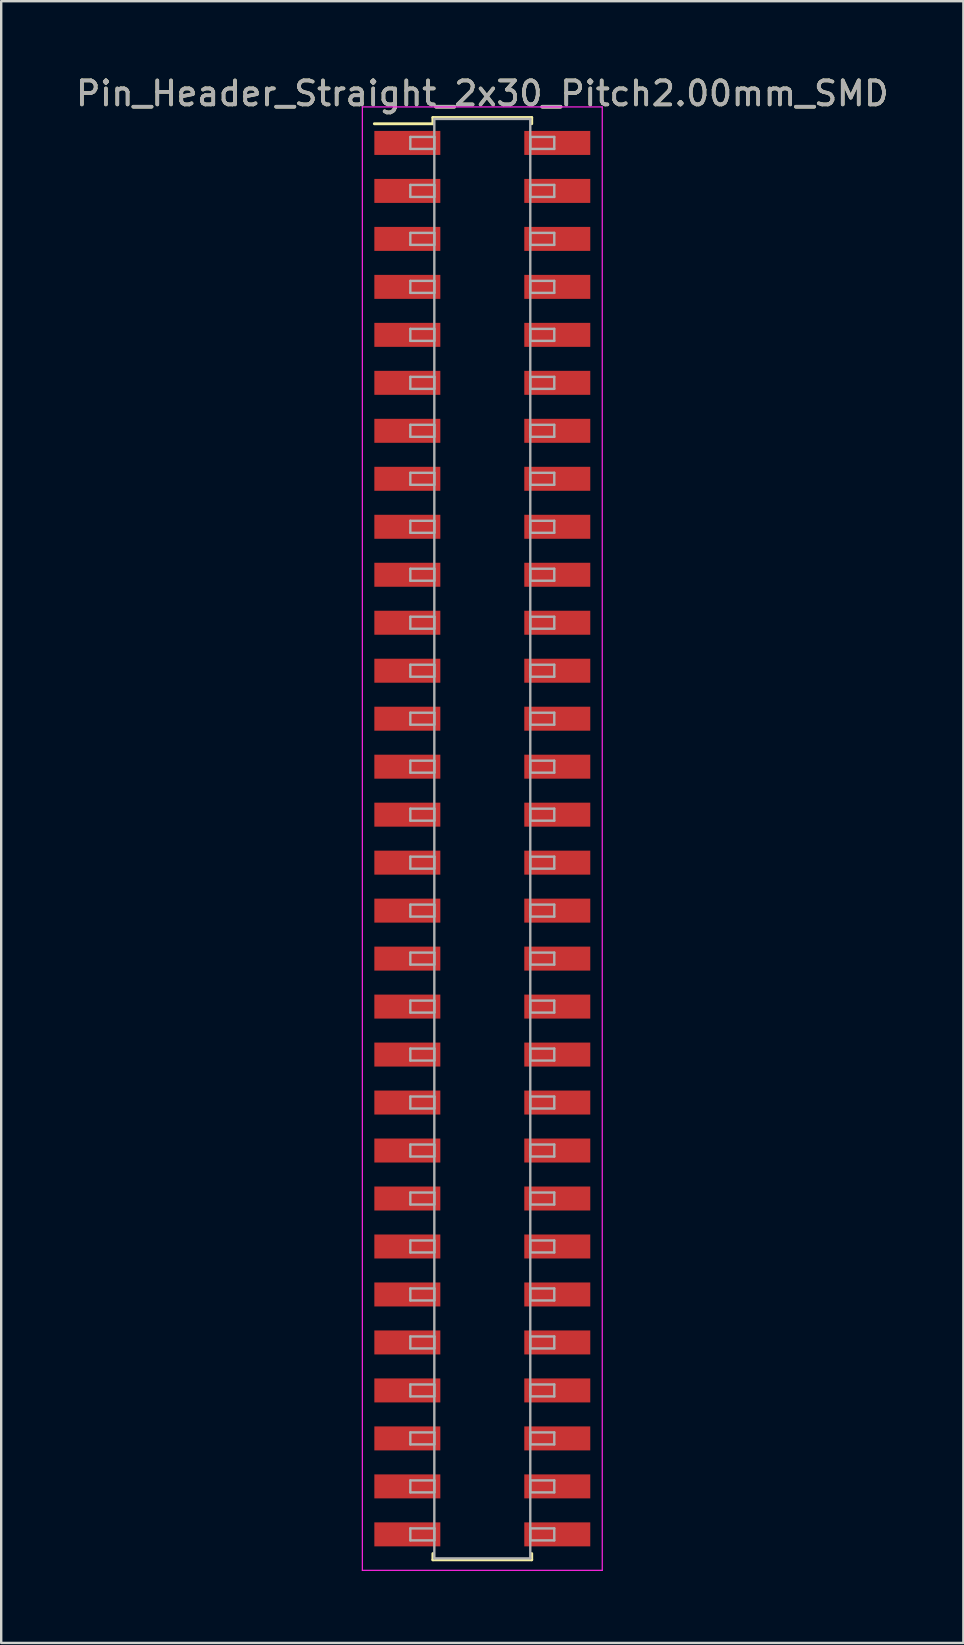
<source format=kicad_pcb>
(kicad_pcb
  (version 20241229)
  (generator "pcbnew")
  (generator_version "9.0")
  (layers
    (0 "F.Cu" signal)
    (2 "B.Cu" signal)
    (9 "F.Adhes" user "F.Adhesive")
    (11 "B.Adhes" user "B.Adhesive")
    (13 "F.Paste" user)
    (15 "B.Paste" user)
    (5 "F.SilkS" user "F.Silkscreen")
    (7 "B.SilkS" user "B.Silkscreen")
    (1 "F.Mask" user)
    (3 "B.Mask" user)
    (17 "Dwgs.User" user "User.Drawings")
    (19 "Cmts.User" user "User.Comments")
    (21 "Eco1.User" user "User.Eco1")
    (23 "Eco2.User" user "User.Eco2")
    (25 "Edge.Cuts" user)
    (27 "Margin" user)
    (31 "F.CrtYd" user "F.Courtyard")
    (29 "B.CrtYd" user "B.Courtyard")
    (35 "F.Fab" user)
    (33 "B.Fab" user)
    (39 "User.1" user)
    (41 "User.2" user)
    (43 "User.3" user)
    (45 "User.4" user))
  (footprint "Pin_Header_Straight_2x30_Pitch2.00mm_SMD"
    (layer "F.Cu")
    (at 17.054 31.908)
    (property "Reference" "Pin_Header_Straight_2x30_Pitch2.00mm_SMD" (at 0 -31.06 0) (layer "F.SilkS") (effects (font (size 1 1) (thickness 0.15))))
    (attr smd)
    (fp_line (start -4.5 -29.8) (end -2.06 -29.8) (stroke (width 0.12) (type solid)) (layer "F.SilkS"))
    (fp_line (start -2.06 -30.06) (end 2.06 -30.06) (stroke (width 0.12) (type solid)) (layer "F.SilkS"))
    (fp_line (start -2.06 -29.8) (end -2.06 -30.06) (stroke (width 0.12) (type solid)) (layer "F.SilkS"))
    (fp_line (start -2.06 29.8) (end -2.06 30.06) (stroke (width 0.12) (type solid)) (layer "F.SilkS"))
    (fp_line (start -2.06 30.06) (end 2.06 30.06) (stroke (width 0.12) (type solid)) (layer "F.SilkS"))
    (fp_line (start 2.06 -30.06) (end 2.06 -29.8) (stroke (width 0.12) (type solid)) (layer "F.SilkS"))
    (fp_line (start 2.06 30.06) (end 2.06 29.8) (stroke (width 0.12) (type solid)) (layer "F.SilkS"))
    (fp_line (start -5 -30.5) (end -5 30.5) (stroke (width 0.05) (type solid)) (layer "F.CrtYd"))
    (fp_line (start -5 30.5) (end 5 30.5) (stroke (width 0.05) (type solid)) (layer "F.CrtYd"))
    (fp_line (start 5 -30.5) (end -5 -30.5) (stroke (width 0.05) (type solid)) (layer "F.CrtYd"))
    (fp_line (start 5 30.5) (end 5 -30.5) (stroke (width 0.05) (type solid)) (layer "F.CrtYd"))
    (fp_line (start -3 -29.25) (end -2 -29.25) (stroke (width 0.1) (type solid)) (layer "F.Fab"))
    (fp_line (start -3 -28.75) (end -3 -29.25) (stroke (width 0.1) (type solid)) (layer "F.Fab"))
    (fp_line (start -3 -27.25) (end -2 -27.25) (stroke (width 0.1) (type solid)) (layer "F.Fab"))
    (fp_line (start -3 -26.75) (end -3 -27.25) (stroke (width 0.1) (type solid)) (layer "F.Fab"))
    (fp_line (start -3 -25.25) (end -2 -25.25) (stroke (width 0.1) (type solid)) (layer "F.Fab"))
    (fp_line (start -3 -24.75) (end -3 -25.25) (stroke (width 0.1) (type solid)) (layer "F.Fab"))
    (fp_line (start -3 -23.25) (end -2 -23.25) (stroke (width 0.1) (type solid)) (layer "F.Fab"))
    (fp_line (start -3 -22.75) (end -3 -23.25) (stroke (width 0.1) (type solid)) (layer "F.Fab"))
    (fp_line (start -3 -21.25) (end -2 -21.25) (stroke (width 0.1) (type solid)) (layer "F.Fab"))
    (fp_line (start -3 -20.75) (end -3 -21.25) (stroke (width 0.1) (type solid)) (layer "F.Fab"))
    (fp_line (start -3 -19.25) (end -2 -19.25) (stroke (width 0.1) (type solid)) (layer "F.Fab"))
    (fp_line (start -3 -18.75) (end -3 -19.25) (stroke (width 0.1) (type solid)) (layer "F.Fab"))
    (fp_line (start -3 -17.25) (end -2 -17.25) (stroke (width 0.1) (type solid)) (layer "F.Fab"))
    (fp_line (start -3 -16.75) (end -3 -17.25) (stroke (width 0.1) (type solid)) (layer "F.Fab"))
    (fp_line (start -3 -15.25) (end -2 -15.25) (stroke (width 0.1) (type solid)) (layer "F.Fab"))
    (fp_line (start -3 -14.75) (end -3 -15.25) (stroke (width 0.1) (type solid)) (layer "F.Fab"))
    (fp_line (start -3 -13.25) (end -2 -13.25) (stroke (width 0.1) (type solid)) (layer "F.Fab"))
    (fp_line (start -3 -12.75) (end -3 -13.25) (stroke (width 0.1) (type solid)) (layer "F.Fab"))
    (fp_line (start -3 -11.25) (end -2 -11.25) (stroke (width 0.1) (type solid)) (layer "F.Fab"))
    (fp_line (start -3 -10.75) (end -3 -11.25) (stroke (width 0.1) (type solid)) (layer "F.Fab"))
    (fp_line (start -3 -9.25) (end -2 -9.25) (stroke (width 0.1) (type solid)) (layer "F.Fab"))
    (fp_line (start -3 -8.75) (end -3 -9.25) (stroke (width 0.1) (type solid)) (layer "F.Fab"))
    (fp_line (start -3 -7.25) (end -2 -7.25) (stroke (width 0.1) (type solid)) (layer "F.Fab"))
    (fp_line (start -3 -6.75) (end -3 -7.25) (stroke (width 0.1) (type solid)) (layer "F.Fab"))
    (fp_line (start -3 -5.25) (end -2 -5.25) (stroke (width 0.1) (type solid)) (layer "F.Fab"))
    (fp_line (start -3 -4.75) (end -3 -5.25) (stroke (width 0.1) (type solid)) (layer "F.Fab"))
    (fp_line (start -3 -3.25) (end -2 -3.25) (stroke (width 0.1) (type solid)) (layer "F.Fab"))
    (fp_line (start -3 -2.75) (end -3 -3.25) (stroke (width 0.1) (type solid)) (layer "F.Fab"))
    (fp_line (start -3 -1.25) (end -2 -1.25) (stroke (width 0.1) (type solid)) (layer "F.Fab"))
    (fp_line (start -3 -0.75) (end -3 -1.25) (stroke (width 0.1) (type solid)) (layer "F.Fab"))
    (fp_line (start -3 0.75) (end -2 0.75) (stroke (width 0.1) (type solid)) (layer "F.Fab"))
    (fp_line (start -3 1.25) (end -3 0.75) (stroke (width 0.1) (type solid)) (layer "F.Fab"))
    (fp_line (start -3 2.75) (end -2 2.75) (stroke (width 0.1) (type solid)) (layer "F.Fab"))
    (fp_line (start -3 3.25) (end -3 2.75) (stroke (width 0.1) (type solid)) (layer "F.Fab"))
    (fp_line (start -3 4.75) (end -2 4.75) (stroke (width 0.1) (type solid)) (layer "F.Fab"))
    (fp_line (start -3 5.25) (end -3 4.75) (stroke (width 0.1) (type solid)) (layer "F.Fab"))
    (fp_line (start -3 6.75) (end -2 6.75) (stroke (width 0.1) (type solid)) (layer "F.Fab"))
    (fp_line (start -3 7.25) (end -3 6.75) (stroke (width 0.1) (type solid)) (layer "F.Fab"))
    (fp_line (start -3 8.75) (end -2 8.75) (stroke (width 0.1) (type solid)) (layer "F.Fab"))
    (fp_line (start -3 9.25) (end -3 8.75) (stroke (width 0.1) (type solid)) (layer "F.Fab"))
    (fp_line (start -3 10.75) (end -2 10.75) (stroke (width 0.1) (type solid)) (layer "F.Fab"))
    (fp_line (start -3 11.25) (end -3 10.75) (stroke (width 0.1) (type solid)) (layer "F.Fab"))
    (fp_line (start -3 12.75) (end -2 12.75) (stroke (width 0.1) (type solid)) (layer "F.Fab"))
    (fp_line (start -3 13.25) (end -3 12.75) (stroke (width 0.1) (type solid)) (layer "F.Fab"))
    (fp_line (start -3 14.75) (end -2 14.75) (stroke (width 0.1) (type solid)) (layer "F.Fab"))
    (fp_line (start -3 15.25) (end -3 14.75) (stroke (width 0.1) (type solid)) (layer "F.Fab"))
    (fp_line (start -3 16.75) (end -2 16.75) (stroke (width 0.1) (type solid)) (layer "F.Fab"))
    (fp_line (start -3 17.25) (end -3 16.75) (stroke (width 0.1) (type solid)) (layer "F.Fab"))
    (fp_line (start -3 18.75) (end -2 18.75) (stroke (width 0.1) (type solid)) (layer "F.Fab"))
    (fp_line (start -3 19.25) (end -3 18.75) (stroke (width 0.1) (type solid)) (layer "F.Fab"))
    (fp_line (start -3 20.75) (end -2 20.75) (stroke (width 0.1) (type solid)) (layer "F.Fab"))
    (fp_line (start -3 21.25) (end -3 20.75) (stroke (width 0.1) (type solid)) (layer "F.Fab"))
    (fp_line (start -3 22.75) (end -2 22.75) (stroke (width 0.1) (type solid)) (layer "F.Fab"))
    (fp_line (start -3 23.25) (end -3 22.75) (stroke (width 0.1) (type solid)) (layer "F.Fab"))
    (fp_line (start -3 24.75) (end -2 24.75) (stroke (width 0.1) (type solid)) (layer "F.Fab"))
    (fp_line (start -3 25.25) (end -3 24.75) (stroke (width 0.1) (type solid)) (layer "F.Fab"))
    (fp_line (start -3 26.75) (end -2 26.75) (stroke (width 0.1) (type solid)) (layer "F.Fab"))
    (fp_line (start -3 27.25) (end -3 26.75) (stroke (width 0.1) (type solid)) (layer "F.Fab"))
    (fp_line (start -3 28.75) (end -2 28.75) (stroke (width 0.1) (type solid)) (layer "F.Fab"))
    (fp_line (start -3 29.25) (end -3 28.75) (stroke (width 0.1) (type solid)) (layer "F.Fab"))
    (fp_line (start -2 -30) (end -2 30) (stroke (width 0.1) (type solid)) (layer "F.Fab"))
    (fp_line (start -2 -29.25) (end -2 -28.75) (stroke (width 0.1) (type solid)) (layer "F.Fab"))
    (fp_line (start -2 -28.75) (end -3 -28.75) (stroke (width 0.1) (type solid)) (layer "F.Fab"))
    (fp_line (start -2 -27.25) (end -2 -26.75) (stroke (width 0.1) (type solid)) (layer "F.Fab"))
    (fp_line (start -2 -26.75) (end -3 -26.75) (stroke (width 0.1) (type solid)) (layer "F.Fab"))
    (fp_line (start -2 -25.25) (end -2 -24.75) (stroke (width 0.1) (type solid)) (layer "F.Fab"))
    (fp_line (start -2 -24.75) (end -3 -24.75) (stroke (width 0.1) (type solid)) (layer "F.Fab"))
    (fp_line (start -2 -23.25) (end -2 -22.75) (stroke (width 0.1) (type solid)) (layer "F.Fab"))
    (fp_line (start -2 -22.75) (end -3 -22.75) (stroke (width 0.1) (type solid)) (layer "F.Fab"))
    (fp_line (start -2 -21.25) (end -2 -20.75) (stroke (width 0.1) (type solid)) (layer "F.Fab"))
    (fp_line (start -2 -20.75) (end -3 -20.75) (stroke (width 0.1) (type solid)) (layer "F.Fab"))
    (fp_line (start -2 -19.25) (end -2 -18.75) (stroke (width 0.1) (type solid)) (layer "F.Fab"))
    (fp_line (start -2 -18.75) (end -3 -18.75) (stroke (width 0.1) (type solid)) (layer "F.Fab"))
    (fp_line (start -2 -17.25) (end -2 -16.75) (stroke (width 0.1) (type solid)) (layer "F.Fab"))
    (fp_line (start -2 -16.75) (end -3 -16.75) (stroke (width 0.1) (type solid)) (layer "F.Fab"))
    (fp_line (start -2 -15.25) (end -2 -14.75) (stroke (width 0.1) (type solid)) (layer "F.Fab"))
    (fp_line (start -2 -14.75) (end -3 -14.75) (stroke (width 0.1) (type solid)) (layer "F.Fab"))
    (fp_line (start -2 -13.25) (end -2 -12.75) (stroke (width 0.1) (type solid)) (layer "F.Fab"))
    (fp_line (start -2 -12.75) (end -3 -12.75) (stroke (width 0.1) (type solid)) (layer "F.Fab"))
    (fp_line (start -2 -11.25) (end -2 -10.75) (stroke (width 0.1) (type solid)) (layer "F.Fab"))
    (fp_line (start -2 -10.75) (end -3 -10.75) (stroke (width 0.1) (type solid)) (layer "F.Fab"))
    (fp_line (start -2 -9.25) (end -2 -8.75) (stroke (width 0.1) (type solid)) (layer "F.Fab"))
    (fp_line (start -2 -8.75) (end -3 -8.75) (stroke (width 0.1) (type solid)) (layer "F.Fab"))
    (fp_line (start -2 -7.25) (end -2 -6.75) (stroke (width 0.1) (type solid)) (layer "F.Fab"))
    (fp_line (start -2 -6.75) (end -3 -6.75) (stroke (width 0.1) (type solid)) (layer "F.Fab"))
    (fp_line (start -2 -5.25) (end -2 -4.75) (stroke (width 0.1) (type solid)) (layer "F.Fab"))
    (fp_line (start -2 -4.75) (end -3 -4.75) (stroke (width 0.1) (type solid)) (layer "F.Fab"))
    (fp_line (start -2 -3.25) (end -2 -2.75) (stroke (width 0.1) (type solid)) (layer "F.Fab"))
    (fp_line (start -2 -2.75) (end -3 -2.75) (stroke (width 0.1) (type solid)) (layer "F.Fab"))
    (fp_line (start -2 -1.25) (end -2 -0.75) (stroke (width 0.1) (type solid)) (layer "F.Fab"))
    (fp_line (start -2 -0.75) (end -3 -0.75) (stroke (width 0.1) (type solid)) (layer "F.Fab"))
    (fp_line (start -2 0.75) (end -2 1.25) (stroke (width 0.1) (type solid)) (layer "F.Fab"))
    (fp_line (start -2 1.25) (end -3 1.25) (stroke (width 0.1) (type solid)) (layer "F.Fab"))
    (fp_line (start -2 2.75) (end -2 3.25) (stroke (width 0.1) (type solid)) (layer "F.Fab"))
    (fp_line (start -2 3.25) (end -3 3.25) (stroke (width 0.1) (type solid)) (layer "F.Fab"))
    (fp_line (start -2 4.75) (end -2 5.25) (stroke (width 0.1) (type solid)) (layer "F.Fab"))
    (fp_line (start -2 5.25) (end -3 5.25) (stroke (width 0.1) (type solid)) (layer "F.Fab"))
    (fp_line (start -2 6.75) (end -2 7.25) (stroke (width 0.1) (type solid)) (layer "F.Fab"))
    (fp_line (start -2 7.25) (end -3 7.25) (stroke (width 0.1) (type solid)) (layer "F.Fab"))
    (fp_line (start -2 8.75) (end -2 9.25) (stroke (width 0.1) (type solid)) (layer "F.Fab"))
    (fp_line (start -2 9.25) (end -3 9.25) (stroke (width 0.1) (type solid)) (layer "F.Fab"))
    (fp_line (start -2 10.75) (end -2 11.25) (stroke (width 0.1) (type solid)) (layer "F.Fab"))
    (fp_line (start -2 11.25) (end -3 11.25) (stroke (width 0.1) (type solid)) (layer "F.Fab"))
    (fp_line (start -2 12.75) (end -2 13.25) (stroke (width 0.1) (type solid)) (layer "F.Fab"))
    (fp_line (start -2 13.25) (end -3 13.25) (stroke (width 0.1) (type solid)) (layer "F.Fab"))
    (fp_line (start -2 14.75) (end -2 15.25) (stroke (width 0.1) (type solid)) (layer "F.Fab"))
    (fp_line (start -2 15.25) (end -3 15.25) (stroke (width 0.1) (type solid)) (layer "F.Fab"))
    (fp_line (start -2 16.75) (end -2 17.25) (stroke (width 0.1) (type solid)) (layer "F.Fab"))
    (fp_line (start -2 17.25) (end -3 17.25) (stroke (width 0.1) (type solid)) (layer "F.Fab"))
    (fp_line (start -2 18.75) (end -2 19.25) (stroke (width 0.1) (type solid)) (layer "F.Fab"))
    (fp_line (start -2 19.25) (end -3 19.25) (stroke (width 0.1) (type solid)) (layer "F.Fab"))
    (fp_line (start -2 20.75) (end -2 21.25) (stroke (width 0.1) (type solid)) (layer "F.Fab"))
    (fp_line (start -2 21.25) (end -3 21.25) (stroke (width 0.1) (type solid)) (layer "F.Fab"))
    (fp_line (start -2 22.75) (end -2 23.25) (stroke (width 0.1) (type solid)) (layer "F.Fab"))
    (fp_line (start -2 23.25) (end -3 23.25) (stroke (width 0.1) (type solid)) (layer "F.Fab"))
    (fp_line (start -2 24.75) (end -2 25.25) (stroke (width 0.1) (type solid)) (layer "F.Fab"))
    (fp_line (start -2 25.25) (end -3 25.25) (stroke (width 0.1) (type solid)) (layer "F.Fab"))
    (fp_line (start -2 26.75) (end -2 27.25) (stroke (width 0.1) (type solid)) (layer "F.Fab"))
    (fp_line (start -2 27.25) (end -3 27.25) (stroke (width 0.1) (type solid)) (layer "F.Fab"))
    (fp_line (start -2 28.75) (end -2 29.25) (stroke (width 0.1) (type solid)) (layer "F.Fab"))
    (fp_line (start -2 29.25) (end -3 29.25) (stroke (width 0.1) (type solid)) (layer "F.Fab"))
    (fp_line (start -2 30) (end 2 30) (stroke (width 0.1) (type solid)) (layer "F.Fab"))
    (fp_line (start 2 -30) (end -2 -30) (stroke (width 0.1) (type solid)) (layer "F.Fab"))
    (fp_line (start 2 -29.25) (end 2 -28.75) (stroke (width 0.1) (type solid)) (layer "F.Fab"))
    (fp_line (start 2 -28.75) (end 3 -28.75) (stroke (width 0.1) (type solid)) (layer "F.Fab"))
    (fp_line (start 2 -27.25) (end 2 -26.75) (stroke (width 0.1) (type solid)) (layer "F.Fab"))
    (fp_line (start 2 -26.75) (end 3 -26.75) (stroke (width 0.1) (type solid)) (layer "F.Fab"))
    (fp_line (start 2 -25.25) (end 2 -24.75) (stroke (width 0.1) (type solid)) (layer "F.Fab"))
    (fp_line (start 2 -24.75) (end 3 -24.75) (stroke (width 0.1) (type solid)) (layer "F.Fab"))
    (fp_line (start 2 -23.25) (end 2 -22.75) (stroke (width 0.1) (type solid)) (layer "F.Fab"))
    (fp_line (start 2 -22.75) (end 3 -22.75) (stroke (width 0.1) (type solid)) (layer "F.Fab"))
    (fp_line (start 2 -21.25) (end 2 -20.75) (stroke (width 0.1) (type solid)) (layer "F.Fab"))
    (fp_line (start 2 -20.75) (end 3 -20.75) (stroke (width 0.1) (type solid)) (layer "F.Fab"))
    (fp_line (start 2 -19.25) (end 2 -18.75) (stroke (width 0.1) (type solid)) (layer "F.Fab"))
    (fp_line (start 2 -18.75) (end 3 -18.75) (stroke (width 0.1) (type solid)) (layer "F.Fab"))
    (fp_line (start 2 -17.25) (end 2 -16.75) (stroke (width 0.1) (type solid)) (layer "F.Fab"))
    (fp_line (start 2 -16.75) (end 3 -16.75) (stroke (width 0.1) (type solid)) (layer "F.Fab"))
    (fp_line (start 2 -15.25) (end 2 -14.75) (stroke (width 0.1) (type solid)) (layer "F.Fab"))
    (fp_line (start 2 -14.75) (end 3 -14.75) (stroke (width 0.1) (type solid)) (layer "F.Fab"))
    (fp_line (start 2 -13.25) (end 2 -12.75) (stroke (width 0.1) (type solid)) (layer "F.Fab"))
    (fp_line (start 2 -12.75) (end 3 -12.75) (stroke (width 0.1) (type solid)) (layer "F.Fab"))
    (fp_line (start 2 -11.25) (end 2 -10.75) (stroke (width 0.1) (type solid)) (layer "F.Fab"))
    (fp_line (start 2 -10.75) (end 3 -10.75) (stroke (width 0.1) (type solid)) (layer "F.Fab"))
    (fp_line (start 2 -9.25) (end 2 -8.75) (stroke (width 0.1) (type solid)) (layer "F.Fab"))
    (fp_line (start 2 -8.75) (end 3 -8.75) (stroke (width 0.1) (type solid)) (layer "F.Fab"))
    (fp_line (start 2 -7.25) (end 2 -6.75) (stroke (width 0.1) (type solid)) (layer "F.Fab"))
    (fp_line (start 2 -6.75) (end 3 -6.75) (stroke (width 0.1) (type solid)) (layer "F.Fab"))
    (fp_line (start 2 -5.25) (end 2 -4.75) (stroke (width 0.1) (type solid)) (layer "F.Fab"))
    (fp_line (start 2 -4.75) (end 3 -4.75) (stroke (width 0.1) (type solid)) (layer "F.Fab"))
    (fp_line (start 2 -3.25) (end 2 -2.75) (stroke (width 0.1) (type solid)) (layer "F.Fab"))
    (fp_line (start 2 -2.75) (end 3 -2.75) (stroke (width 0.1) (type solid)) (layer "F.Fab"))
    (fp_line (start 2 -1.25) (end 2 -0.75) (stroke (width 0.1) (type solid)) (layer "F.Fab"))
    (fp_line (start 2 -0.75) (end 3 -0.75) (stroke (width 0.1) (type solid)) (layer "F.Fab"))
    (fp_line (start 2 0.75) (end 2 1.25) (stroke (width 0.1) (type solid)) (layer "F.Fab"))
    (fp_line (start 2 1.25) (end 3 1.25) (stroke (width 0.1) (type solid)) (layer "F.Fab"))
    (fp_line (start 2 2.75) (end 2 3.25) (stroke (width 0.1) (type solid)) (layer "F.Fab"))
    (fp_line (start 2 3.25) (end 3 3.25) (stroke (width 0.1) (type solid)) (layer "F.Fab"))
    (fp_line (start 2 4.75) (end 2 5.25) (stroke (width 0.1) (type solid)) (layer "F.Fab"))
    (fp_line (start 2 5.25) (end 3 5.25) (stroke (width 0.1) (type solid)) (layer "F.Fab"))
    (fp_line (start 2 6.75) (end 2 7.25) (stroke (width 0.1) (type solid)) (layer "F.Fab"))
    (fp_line (start 2 7.25) (end 3 7.25) (stroke (width 0.1) (type solid)) (layer "F.Fab"))
    (fp_line (start 2 8.75) (end 2 9.25) (stroke (width 0.1) (type solid)) (layer "F.Fab"))
    (fp_line (start 2 9.25) (end 3 9.25) (stroke (width 0.1) (type solid)) (layer "F.Fab"))
    (fp_line (start 2 10.75) (end 2 11.25) (stroke (width 0.1) (type solid)) (layer "F.Fab"))
    (fp_line (start 2 11.25) (end 3 11.25) (stroke (width 0.1) (type solid)) (layer "F.Fab"))
    (fp_line (start 2 12.75) (end 2 13.25) (stroke (width 0.1) (type solid)) (layer "F.Fab"))
    (fp_line (start 2 13.25) (end 3 13.25) (stroke (width 0.1) (type solid)) (layer "F.Fab"))
    (fp_line (start 2 14.75) (end 2 15.25) (stroke (width 0.1) (type solid)) (layer "F.Fab"))
    (fp_line (start 2 15.25) (end 3 15.25) (stroke (width 0.1) (type solid)) (layer "F.Fab"))
    (fp_line (start 2 16.75) (end 2 17.25) (stroke (width 0.1) (type solid)) (layer "F.Fab"))
    (fp_line (start 2 17.25) (end 3 17.25) (stroke (width 0.1) (type solid)) (layer "F.Fab"))
    (fp_line (start 2 18.75) (end 2 19.25) (stroke (width 0.1) (type solid)) (layer "F.Fab"))
    (fp_line (start 2 19.25) (end 3 19.25) (stroke (width 0.1) (type solid)) (layer "F.Fab"))
    (fp_line (start 2 20.75) (end 2 21.25) (stroke (width 0.1) (type solid)) (layer "F.Fab"))
    (fp_line (start 2 21.25) (end 3 21.25) (stroke (width 0.1) (type solid)) (layer "F.Fab"))
    (fp_line (start 2 22.75) (end 2 23.25) (stroke (width 0.1) (type solid)) (layer "F.Fab"))
    (fp_line (start 2 23.25) (end 3 23.25) (stroke (width 0.1) (type solid)) (layer "F.Fab"))
    (fp_line (start 2 24.75) (end 2 25.25) (stroke (width 0.1) (type solid)) (layer "F.Fab"))
    (fp_line (start 2 25.25) (end 3 25.25) (stroke (width 0.1) (type solid)) (layer "F.Fab"))
    (fp_line (start 2 26.75) (end 2 27.25) (stroke (width 0.1) (type solid)) (layer "F.Fab"))
    (fp_line (start 2 27.25) (end 3 27.25) (stroke (width 0.1) (type solid)) (layer "F.Fab"))
    (fp_line (start 2 28.75) (end 2 29.25) (stroke (width 0.1) (type solid)) (layer "F.Fab"))
    (fp_line (start 2 29.25) (end 3 29.25) (stroke (width 0.1) (type solid)) (layer "F.Fab"))
    (fp_line (start 2 30) (end 2 -30) (stroke (width 0.1) (type solid)) (layer "F.Fab"))
    (fp_line (start 3 -29.25) (end 2 -29.25) (stroke (width 0.1) (type solid)) (layer "F.Fab"))
    (fp_line (start 3 -28.75) (end 3 -29.25) (stroke (width 0.1) (type solid)) (layer "F.Fab"))
    (fp_line (start 3 -27.25) (end 2 -27.25) (stroke (width 0.1) (type solid)) (layer "F.Fab"))
    (fp_line (start 3 -26.75) (end 3 -27.25) (stroke (width 0.1) (type solid)) (layer "F.Fab"))
    (fp_line (start 3 -25.25) (end 2 -25.25) (stroke (width 0.1) (type solid)) (layer "F.Fab"))
    (fp_line (start 3 -24.75) (end 3 -25.25) (stroke (width 0.1) (type solid)) (layer "F.Fab"))
    (fp_line (start 3 -23.25) (end 2 -23.25) (stroke (width 0.1) (type solid)) (layer "F.Fab"))
    (fp_line (start 3 -22.75) (end 3 -23.25) (stroke (width 0.1) (type solid)) (layer "F.Fab"))
    (fp_line (start 3 -21.25) (end 2 -21.25) (stroke (width 0.1) (type solid)) (layer "F.Fab"))
    (fp_line (start 3 -20.75) (end 3 -21.25) (stroke (width 0.1) (type solid)) (layer "F.Fab"))
    (fp_line (start 3 -19.25) (end 2 -19.25) (stroke (width 0.1) (type solid)) (layer "F.Fab"))
    (fp_line (start 3 -18.75) (end 3 -19.25) (stroke (width 0.1) (type solid)) (layer "F.Fab"))
    (fp_line (start 3 -17.25) (end 2 -17.25) (stroke (width 0.1) (type solid)) (layer "F.Fab"))
    (fp_line (start 3 -16.75) (end 3 -17.25) (stroke (width 0.1) (type solid)) (layer "F.Fab"))
    (fp_line (start 3 -15.25) (end 2 -15.25) (stroke (width 0.1) (type solid)) (layer "F.Fab"))
    (fp_line (start 3 -14.75) (end 3 -15.25) (stroke (width 0.1) (type solid)) (layer "F.Fab"))
    (fp_line (start 3 -13.25) (end 2 -13.25) (stroke (width 0.1) (type solid)) (layer "F.Fab"))
    (fp_line (start 3 -12.75) (end 3 -13.25) (stroke (width 0.1) (type solid)) (layer "F.Fab"))
    (fp_line (start 3 -11.25) (end 2 -11.25) (stroke (width 0.1) (type solid)) (layer "F.Fab"))
    (fp_line (start 3 -10.75) (end 3 -11.25) (stroke (width 0.1) (type solid)) (layer "F.Fab"))
    (fp_line (start 3 -9.25) (end 2 -9.25) (stroke (width 0.1) (type solid)) (layer "F.Fab"))
    (fp_line (start 3 -8.75) (end 3 -9.25) (stroke (width 0.1) (type solid)) (layer "F.Fab"))
    (fp_line (start 3 -7.25) (end 2 -7.25) (stroke (width 0.1) (type solid)) (layer "F.Fab"))
    (fp_line (start 3 -6.75) (end 3 -7.25) (stroke (width 0.1) (type solid)) (layer "F.Fab"))
    (fp_line (start 3 -5.25) (end 2 -5.25) (stroke (width 0.1) (type solid)) (layer "F.Fab"))
    (fp_line (start 3 -4.75) (end 3 -5.25) (stroke (width 0.1) (type solid)) (layer "F.Fab"))
    (fp_line (start 3 -3.25) (end 2 -3.25) (stroke (width 0.1) (type solid)) (layer "F.Fab"))
    (fp_line (start 3 -2.75) (end 3 -3.25) (stroke (width 0.1) (type solid)) (layer "F.Fab"))
    (fp_line (start 3 -1.25) (end 2 -1.25) (stroke (width 0.1) (type solid)) (layer "F.Fab"))
    (fp_line (start 3 -0.75) (end 3 -1.25) (stroke (width 0.1) (type solid)) (layer "F.Fab"))
    (fp_line (start 3 0.75) (end 2 0.75) (stroke (width 0.1) (type solid)) (layer "F.Fab"))
    (fp_line (start 3 1.25) (end 3 0.75) (stroke (width 0.1) (type solid)) (layer "F.Fab"))
    (fp_line (start 3 2.75) (end 2 2.75) (stroke (width 0.1) (type solid)) (layer "F.Fab"))
    (fp_line (start 3 3.25) (end 3 2.75) (stroke (width 0.1) (type solid)) (layer "F.Fab"))
    (fp_line (start 3 4.75) (end 2 4.75) (stroke (width 0.1) (type solid)) (layer "F.Fab"))
    (fp_line (start 3 5.25) (end 3 4.75) (stroke (width 0.1) (type solid)) (layer "F.Fab"))
    (fp_line (start 3 6.75) (end 2 6.75) (stroke (width 0.1) (type solid)) (layer "F.Fab"))
    (fp_line (start 3 7.25) (end 3 6.75) (stroke (width 0.1) (type solid)) (layer "F.Fab"))
    (fp_line (start 3 8.75) (end 2 8.75) (stroke (width 0.1) (type solid)) (layer "F.Fab"))
    (fp_line (start 3 9.25) (end 3 8.75) (stroke (width 0.1) (type solid)) (layer "F.Fab"))
    (fp_line (start 3 10.75) (end 2 10.75) (stroke (width 0.1) (type solid)) (layer "F.Fab"))
    (fp_line (start 3 11.25) (end 3 10.75) (stroke (width 0.1) (type solid)) (layer "F.Fab"))
    (fp_line (start 3 12.75) (end 2 12.75) (stroke (width 0.1) (type solid)) (layer "F.Fab"))
    (fp_line (start 3 13.25) (end 3 12.75) (stroke (width 0.1) (type solid)) (layer "F.Fab"))
    (fp_line (start 3 14.75) (end 2 14.75) (stroke (width 0.1) (type solid)) (layer "F.Fab"))
    (fp_line (start 3 15.25) (end 3 14.75) (stroke (width 0.1) (type solid)) (layer "F.Fab"))
    (fp_line (start 3 16.75) (end 2 16.75) (stroke (width 0.1) (type solid)) (layer "F.Fab"))
    (fp_line (start 3 17.25) (end 3 16.75) (stroke (width 0.1) (type solid)) (layer "F.Fab"))
    (fp_line (start 3 18.75) (end 2 18.75) (stroke (width 0.1) (type solid)) (layer "F.Fab"))
    (fp_line (start 3 19.25) (end 3 18.75) (stroke (width 0.1) (type solid)) (layer "F.Fab"))
    (fp_line (start 3 20.75) (end 2 20.75) (stroke (width 0.1) (type solid)) (layer "F.Fab"))
    (fp_line (start 3 21.25) (end 3 20.75) (stroke (width 0.1) (type solid)) (layer "F.Fab"))
    (fp_line (start 3 22.75) (end 2 22.75) (stroke (width 0.1) (type solid)) (layer "F.Fab"))
    (fp_line (start 3 23.25) (end 3 22.75) (stroke (width 0.1) (type solid)) (layer "F.Fab"))
    (fp_line (start 3 24.75) (end 2 24.75) (stroke (width 0.1) (type solid)) (layer "F.Fab"))
    (fp_line (start 3 25.25) (end 3 24.75) (stroke (width 0.1) (type solid)) (layer "F.Fab"))
    (fp_line (start 3 26.75) (end 2 26.75) (stroke (width 0.1) (type solid)) (layer "F.Fab"))
    (fp_line (start 3 27.25) (end 3 26.75) (stroke (width 0.1) (type solid)) (layer "F.Fab"))
    (fp_line (start 3 28.75) (end 2 28.75) (stroke (width 0.1) (type solid)) (layer "F.Fab"))
    (fp_line (start 3 29.25) (end 3 28.75) (stroke (width 0.1) (type solid)) (layer "F.Fab"))
    (fp_text user "${REFERENCE}" (at 0 -31.06 0) (layer "F.Fab") (effects (font (size 1 1) (thickness 0.15))))
    (pad "1" smd rect (at -3.125 -29) (size 2.75 1) (layers "F.Cu" "F.Mask" "F.Paste"))
    (pad "2" smd rect (at 3.125 -29) (size 2.75 1) (layers "F.Cu" "F.Mask" "F.Paste"))
    (pad "3" smd rect (at -3.125 -27) (size 2.75 1) (layers "F.Cu" "F.Mask" "F.Paste"))
    (pad "4" smd rect (at 3.125 -27) (size 2.75 1) (layers "F.Cu" "F.Mask" "F.Paste"))
    (pad "5" smd rect (at -3.125 -25) (size 2.75 1) (layers "F.Cu" "F.Mask" "F.Paste"))
    (pad "6" smd rect (at 3.125 -25) (size 2.75 1) (layers "F.Cu" "F.Mask" "F.Paste"))
    (pad "7" smd rect (at -3.125 -23) (size 2.75 1) (layers "F.Cu" "F.Mask" "F.Paste"))
    (pad "8" smd rect (at 3.125 -23) (size 2.75 1) (layers "F.Cu" "F.Mask" "F.Paste"))
    (pad "9" smd rect (at -3.125 -21) (size 2.75 1) (layers "F.Cu" "F.Mask" "F.Paste"))
    (pad "10" smd rect (at 3.125 -21) (size 2.75 1) (layers "F.Cu" "F.Mask" "F.Paste"))
    (pad "11" smd rect (at -3.125 -19) (size 2.75 1) (layers "F.Cu" "F.Mask" "F.Paste"))
    (pad "12" smd rect (at 3.125 -19) (size 2.75 1) (layers "F.Cu" "F.Mask" "F.Paste"))
    (pad "13" smd rect (at -3.125 -17) (size 2.75 1) (layers "F.Cu" "F.Mask" "F.Paste"))
    (pad "14" smd rect (at 3.125 -17) (size 2.75 1) (layers "F.Cu" "F.Mask" "F.Paste"))
    (pad "15" smd rect (at -3.125 -15) (size 2.75 1) (layers "F.Cu" "F.Mask" "F.Paste"))
    (pad "16" smd rect (at 3.125 -15) (size 2.75 1) (layers "F.Cu" "F.Mask" "F.Paste"))
    (pad "17" smd rect (at -3.125 -13) (size 2.75 1) (layers "F.Cu" "F.Mask" "F.Paste"))
    (pad "18" smd rect (at 3.125 -13) (size 2.75 1) (layers "F.Cu" "F.Mask" "F.Paste"))
    (pad "19" smd rect (at -3.125 -11) (size 2.75 1) (layers "F.Cu" "F.Mask" "F.Paste"))
    (pad "20" smd rect (at 3.125 -11) (size 2.75 1) (layers "F.Cu" "F.Mask" "F.Paste"))
    (pad "21" smd rect (at -3.125 -9) (size 2.75 1) (layers "F.Cu" "F.Mask" "F.Paste"))
    (pad "22" smd rect (at 3.125 -9) (size 2.75 1) (layers "F.Cu" "F.Mask" "F.Paste"))
    (pad "23" smd rect (at -3.125 -7) (size 2.75 1) (layers "F.Cu" "F.Mask" "F.Paste"))
    (pad "24" smd rect (at 3.125 -7) (size 2.75 1) (layers "F.Cu" "F.Mask" "F.Paste"))
    (pad "25" smd rect (at -3.125 -5) (size 2.75 1) (layers "F.Cu" "F.Mask" "F.Paste"))
    (pad "26" smd rect (at 3.125 -5) (size 2.75 1) (layers "F.Cu" "F.Mask" "F.Paste"))
    (pad "27" smd rect (at -3.125 -3) (size 2.75 1) (layers "F.Cu" "F.Mask" "F.Paste"))
    (pad "28" smd rect (at 3.125 -3) (size 2.75 1) (layers "F.Cu" "F.Mask" "F.Paste"))
    (pad "29" smd rect (at -3.125 -1) (size 2.75 1) (layers "F.Cu" "F.Mask" "F.Paste"))
    (pad "30" smd rect (at 3.125 -1) (size 2.75 1) (layers "F.Cu" "F.Mask" "F.Paste"))
    (pad "31" smd rect (at -3.125 1) (size 2.75 1) (layers "F.Cu" "F.Mask" "F.Paste"))
    (pad "32" smd rect (at 3.125 1) (size 2.75 1) (layers "F.Cu" "F.Mask" "F.Paste"))
    (pad "33" smd rect (at -3.125 3) (size 2.75 1) (layers "F.Cu" "F.Mask" "F.Paste"))
    (pad "34" smd rect (at 3.125 3) (size 2.75 1) (layers "F.Cu" "F.Mask" "F.Paste"))
    (pad "35" smd rect (at -3.125 5) (size 2.75 1) (layers "F.Cu" "F.Mask" "F.Paste"))
    (pad "36" smd rect (at 3.125 5) (size 2.75 1) (layers "F.Cu" "F.Mask" "F.Paste"))
    (pad "37" smd rect (at -3.125 7) (size 2.75 1) (layers "F.Cu" "F.Mask" "F.Paste"))
    (pad "38" smd rect (at 3.125 7) (size 2.75 1) (layers "F.Cu" "F.Mask" "F.Paste"))
    (pad "39" smd rect (at -3.125 9) (size 2.75 1) (layers "F.Cu" "F.Mask" "F.Paste"))
    (pad "40" smd rect (at 3.125 9) (size 2.75 1) (layers "F.Cu" "F.Mask" "F.Paste"))
    (pad "41" smd rect (at -3.125 11) (size 2.75 1) (layers "F.Cu" "F.Mask" "F.Paste"))
    (pad "42" smd rect (at 3.125 11) (size 2.75 1) (layers "F.Cu" "F.Mask" "F.Paste"))
    (pad "43" smd rect (at -3.125 13) (size 2.75 1) (layers "F.Cu" "F.Mask" "F.Paste"))
    (pad "44" smd rect (at 3.125 13) (size 2.75 1) (layers "F.Cu" "F.Mask" "F.Paste"))
    (pad "45" smd rect (at -3.125 15) (size 2.75 1) (layers "F.Cu" "F.Mask" "F.Paste"))
    (pad "46" smd rect (at 3.125 15) (size 2.75 1) (layers "F.Cu" "F.Mask" "F.Paste"))
    (pad "47" smd rect (at -3.125 17) (size 2.75 1) (layers "F.Cu" "F.Mask" "F.Paste"))
    (pad "48" smd rect (at 3.125 17) (size 2.75 1) (layers "F.Cu" "F.Mask" "F.Paste"))
    (pad "49" smd rect (at -3.125 19) (size 2.75 1) (layers "F.Cu" "F.Mask" "F.Paste"))
    (pad "50" smd rect (at 3.125 19) (size 2.75 1) (layers "F.Cu" "F.Mask" "F.Paste"))
    (pad "51" smd rect (at -3.125 21) (size 2.75 1) (layers "F.Cu" "F.Mask" "F.Paste"))
    (pad "52" smd rect (at 3.125 21) (size 2.75 1) (layers "F.Cu" "F.Mask" "F.Paste"))
    (pad "53" smd rect (at -3.125 23) (size 2.75 1) (layers "F.Cu" "F.Mask" "F.Paste"))
    (pad "54" smd rect (at 3.125 23) (size 2.75 1) (layers "F.Cu" "F.Mask" "F.Paste"))
    (pad "55" smd rect (at -3.125 25) (size 2.75 1) (layers "F.Cu" "F.Mask" "F.Paste"))
    (pad "56" smd rect (at 3.125 25) (size 2.75 1) (layers "F.Cu" "F.Mask" "F.Paste"))
    (pad "57" smd rect (at -3.125 27) (size 2.75 1) (layers "F.Cu" "F.Mask" "F.Paste"))
    (pad "58" smd rect (at 3.125 27) (size 2.75 1) (layers "F.Cu" "F.Mask" "F.Paste"))
    (pad "59" smd rect (at -3.125 29) (size 2.75 1) (layers "F.Cu" "F.Mask" "F.Paste"))
    (pad "60" smd rect (at 3.125 29) (size 2.75 1) (layers "F.Cu" "F.Mask" "F.Paste")))
  (gr_rect
    (start -3 -3)
    (end 37.107 65.433)
    (stroke (width 0.1) (type default))
    (fill no)
    (layer "Edge.Cuts")))
</source>
